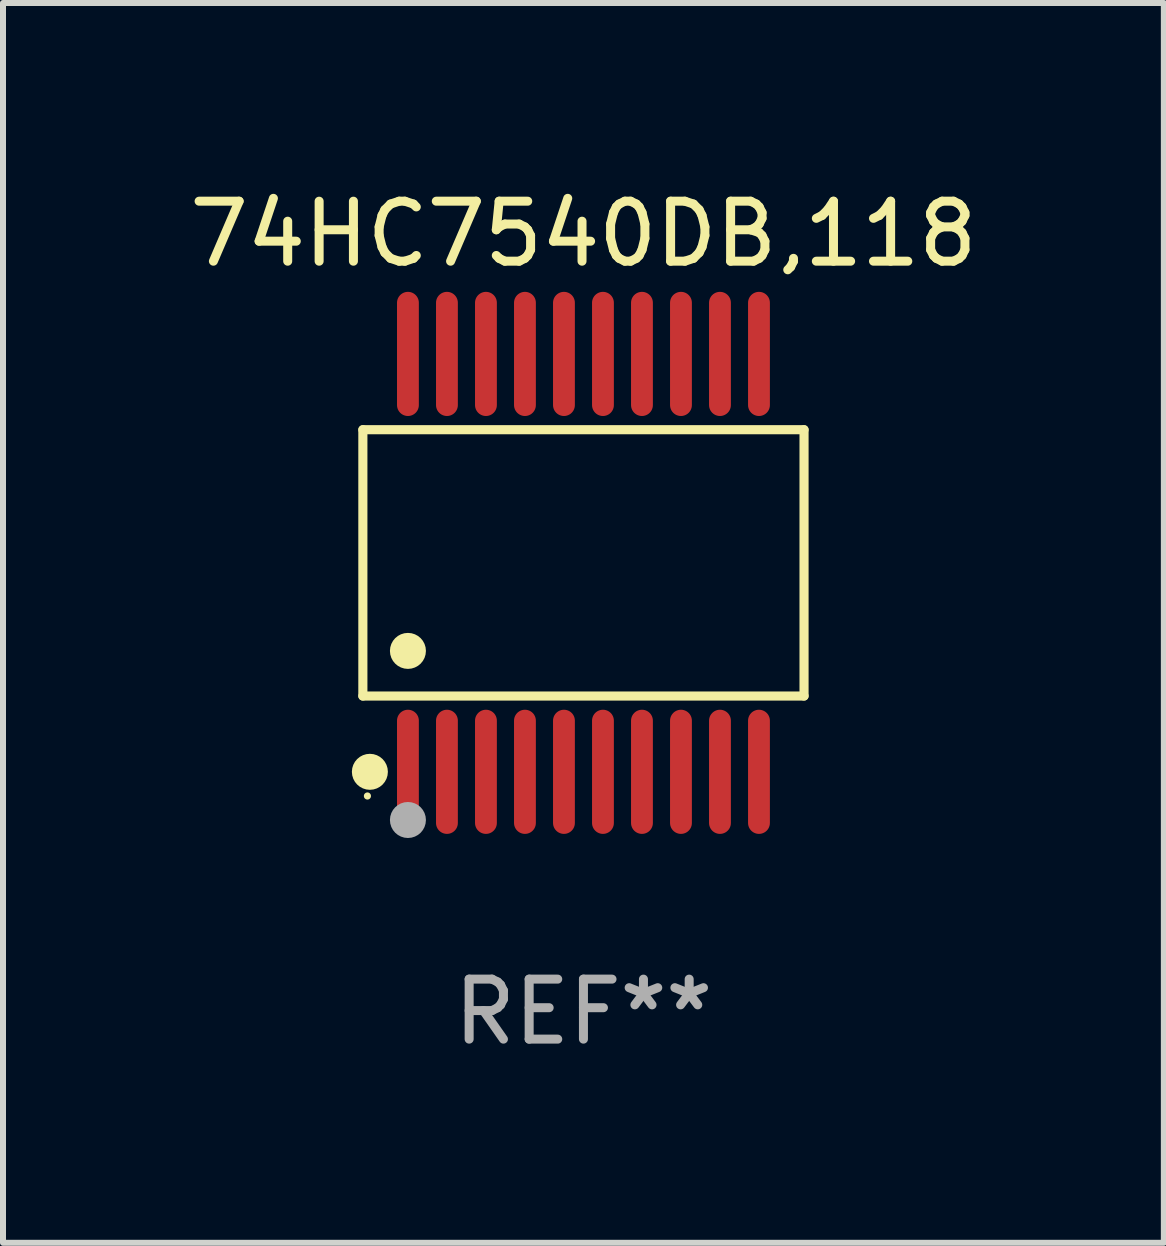
<source format=kicad_pcb>
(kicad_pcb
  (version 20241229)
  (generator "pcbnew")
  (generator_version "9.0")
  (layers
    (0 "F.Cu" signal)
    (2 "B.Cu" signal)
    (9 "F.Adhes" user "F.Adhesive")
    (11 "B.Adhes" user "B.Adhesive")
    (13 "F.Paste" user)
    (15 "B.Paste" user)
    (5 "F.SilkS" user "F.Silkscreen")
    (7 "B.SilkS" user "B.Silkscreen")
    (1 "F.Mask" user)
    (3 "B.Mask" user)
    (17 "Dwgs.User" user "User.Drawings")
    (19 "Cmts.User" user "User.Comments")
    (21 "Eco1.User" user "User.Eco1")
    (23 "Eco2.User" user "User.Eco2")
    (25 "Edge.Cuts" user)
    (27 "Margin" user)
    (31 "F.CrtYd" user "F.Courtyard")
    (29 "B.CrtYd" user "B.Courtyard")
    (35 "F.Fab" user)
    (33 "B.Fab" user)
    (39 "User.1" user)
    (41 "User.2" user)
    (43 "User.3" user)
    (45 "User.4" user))
  (footprint "74HC7540DB,118"
    (layer "F.Cu")
    (at 6.673 6.33)
    (property "Reference" "74HC7540DB,118" (at 0 -5.482 0) (layer "F.SilkS") (effects (font (size 1 1) (thickness 0.15))))
    (attr through_hole)
    (fp_line (start -3.676 -2.219) (end 3.676 -2.219) (stroke (width 0.152) (type solid)) (layer "F.SilkS"))
    (fp_line (start -3.676 2.219) (end -3.676 -2.219) (stroke (width 0.152) (type solid)) (layer "F.SilkS"))
    (fp_line (start 3.676 -2.219) (end 3.676 2.219) (stroke (width 0.152) (type solid)) (layer "F.SilkS"))
    (fp_line (start 3.676 2.219) (end -3.676 2.219) (stroke (width 0.152) (type solid)) (layer "F.SilkS"))
    (fp_circle (center -3.6 3.885) (end -3.57 3.885) (stroke (width 0.06) (type solid)) (fill no) (layer "F.SilkS"))
    (fp_circle (center -3.559 3.482) (end -3.409 3.482) (stroke (width 0.3) (type solid)) (fill no) (layer "F.SilkS"))
    (fp_circle (center -2.925 1.467) (end -2.775 1.467) (stroke (width 0.3) (type solid)) (fill no) (layer "F.SilkS"))
    (fp_circle (center -2.925 4.285) (end -2.775 4.285) (stroke (width 0.3) (type solid)) (fill no) (layer "F.Fab"))
    (fp_text user "REF**" (at 0 7.482 0) (layer "F.Fab") (effects (font (size 1 1) (thickness 0.15))))
    (pad "1" smd oval (at -2.925 3.482) (size 0.364 2.069) (layers "F.Cu" "F.Mask" "F.Paste"))
    (pad "2" smd oval (at -2.275 3.482) (size 0.364 2.069) (layers "F.Cu" "F.Mask" "F.Paste"))
    (pad "3" smd oval (at -1.625 3.482) (size 0.364 2.069) (layers "F.Cu" "F.Mask" "F.Paste"))
    (pad "4" smd oval (at -0.975 3.482) (size 0.364 2.069) (layers "F.Cu" "F.Mask" "F.Paste"))
    (pad "5" smd oval (at -0.325 3.482) (size 0.364 2.069) (layers "F.Cu" "F.Mask" "F.Paste"))
    (pad "6" smd oval (at 0.325 3.482) (size 0.364 2.069) (layers "F.Cu" "F.Mask" "F.Paste"))
    (pad "7" smd oval (at 0.975 3.482) (size 0.364 2.069) (layers "F.Cu" "F.Mask" "F.Paste"))
    (pad "8" smd oval (at 1.625 3.482) (size 0.364 2.069) (layers "F.Cu" "F.Mask" "F.Paste"))
    (pad "9" smd oval (at 2.275 3.482) (size 0.364 2.069) (layers "F.Cu" "F.Mask" "F.Paste"))
    (pad "10" smd oval (at 2.925 3.482) (size 0.364 2.069) (layers "F.Cu" "F.Mask" "F.Paste"))
    (pad "11" smd oval (at 2.925 -3.482) (size 0.364 2.069) (layers "F.Cu" "F.Mask" "F.Paste"))
    (pad "12" smd oval (at 2.275 -3.482) (size 0.364 2.069) (layers "F.Cu" "F.Mask" "F.Paste"))
    (pad "13" smd oval (at 1.625 -3.482) (size 0.364 2.069) (layers "F.Cu" "F.Mask" "F.Paste"))
    (pad "14" smd oval (at 0.975 -3.482) (size 0.364 2.069) (layers "F.Cu" "F.Mask" "F.Paste"))
    (pad "15" smd oval (at 0.325 -3.482) (size 0.364 2.069) (layers "F.Cu" "F.Mask" "F.Paste"))
    (pad "16" smd oval (at -0.325 -3.482) (size 0.364 2.069) (layers "F.Cu" "F.Mask" "F.Paste"))
    (pad "17" smd oval (at -0.975 -3.482) (size 0.364 2.069) (layers "F.Cu" "F.Mask" "F.Paste"))
    (pad "18" smd oval (at -1.625 -3.482) (size 0.364 2.069) (layers "F.Cu" "F.Mask" "F.Paste"))
    (pad "19" smd oval (at -2.275 -3.482) (size 0.364 2.069) (layers "F.Cu" "F.Mask" "F.Paste"))
    (pad "20" smd oval (at -2.925 -3.482) (size 0.364 2.069) (layers "F.Cu" "F.Mask" "F.Paste")))
  (gr_rect
    (start -3 -3)
    (end 16.345 17.661)
    (stroke (width 0.1) (type default))
    (fill no)
    (layer "Edge.Cuts")))
</source>
